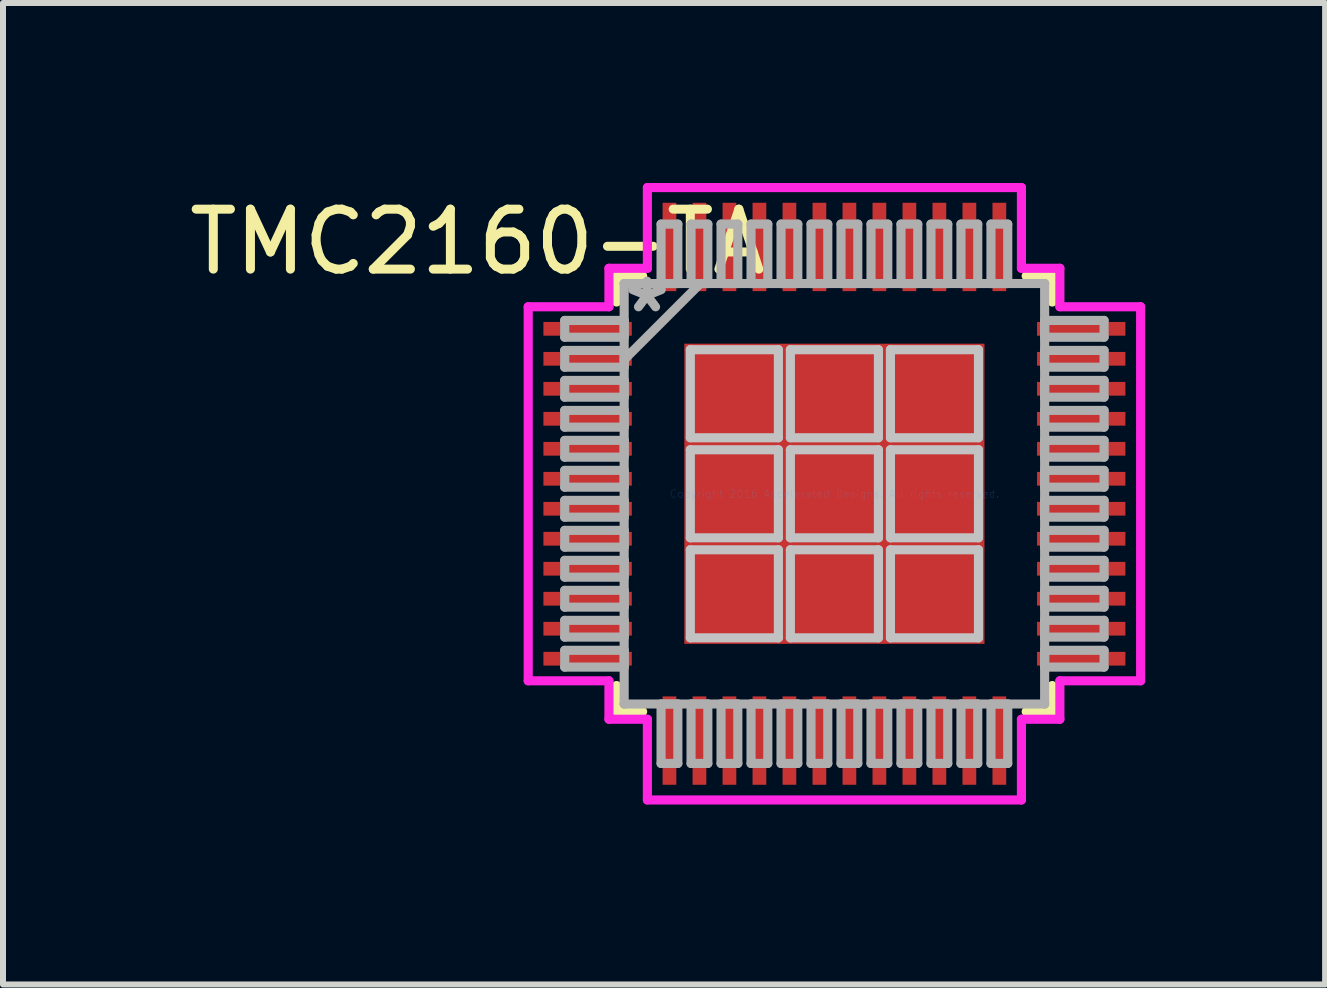
<source format=kicad_pcb>
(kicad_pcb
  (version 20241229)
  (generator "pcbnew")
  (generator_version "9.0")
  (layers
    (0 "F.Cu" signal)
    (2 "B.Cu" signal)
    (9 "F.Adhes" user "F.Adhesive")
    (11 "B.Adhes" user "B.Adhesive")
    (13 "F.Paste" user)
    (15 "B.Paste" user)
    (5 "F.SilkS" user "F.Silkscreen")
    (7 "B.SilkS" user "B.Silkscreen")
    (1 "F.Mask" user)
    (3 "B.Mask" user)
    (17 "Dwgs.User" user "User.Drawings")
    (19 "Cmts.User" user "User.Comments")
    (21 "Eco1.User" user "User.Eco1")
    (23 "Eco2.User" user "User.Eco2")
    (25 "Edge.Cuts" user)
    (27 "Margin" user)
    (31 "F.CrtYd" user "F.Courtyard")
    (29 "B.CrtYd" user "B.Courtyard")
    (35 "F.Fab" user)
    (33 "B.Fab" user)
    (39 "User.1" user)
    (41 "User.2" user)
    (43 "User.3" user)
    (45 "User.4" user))
  (footprint "TMC2160-TA"
    (layer "F.Cu")
    (at 10.861 5.182)
    (property "Reference" "TMC2160-TA" (at -5.95 -4.2 0) (layer "F.SilkS") (effects (font (size 1 1) (thickness 0.15))))
    (attr through_hole)
    (fp_line (start -3.632 -3.632) (end -3.632 -3.197) (stroke (width 0.152) (type solid)) (layer "F.SilkS"))
    (fp_line (start -3.632 3.197) (end -3.632 3.632) (stroke (width 0.152) (type solid)) (layer "F.SilkS"))
    (fp_line (start -3.632 3.632) (end -3.197 3.632) (stroke (width 0.152) (type solid)) (layer "F.SilkS"))
    (fp_line (start -3.197 -3.632) (end -3.632 -3.632) (stroke (width 0.152) (type solid)) (layer "F.SilkS"))
    (fp_line (start 3.197 3.632) (end 3.632 3.632) (stroke (width 0.152) (type solid)) (layer "F.SilkS"))
    (fp_line (start 3.632 -3.632) (end 3.197 -3.632) (stroke (width 0.152) (type solid)) (layer "F.SilkS"))
    (fp_line (start 3.632 -3.197) (end 3.632 -3.632) (stroke (width 0.152) (type solid)) (layer "F.SilkS"))
    (fp_line (start 3.632 3.632) (end 3.632 3.197) (stroke (width 0.152) (type solid)) (layer "F.SilkS"))
    (fp_line (start -2.402 -2.402) (end -2.402 -0.934) (stroke (width 0.152) (type solid)) (layer "Dwgs.User"))
    (fp_line (start -2.402 -0.934) (end -0.934 -0.934) (stroke (width 0.152) (type solid)) (layer "Dwgs.User"))
    (fp_line (start -2.402 -0.734) (end -2.402 0.734) (stroke (width 0.152) (type solid)) (layer "Dwgs.User"))
    (fp_line (start -2.402 0.734) (end -0.934 0.734) (stroke (width 0.152) (type solid)) (layer "Dwgs.User"))
    (fp_line (start -2.402 0.934) (end -2.402 2.402) (stroke (width 0.152) (type solid)) (layer "Dwgs.User"))
    (fp_line (start -2.402 2.402) (end -0.934 2.402) (stroke (width 0.152) (type solid)) (layer "Dwgs.User"))
    (fp_line (start -0.934 -2.402) (end -2.402 -2.402) (stroke (width 0.152) (type solid)) (layer "Dwgs.User"))
    (fp_line (start -0.934 -0.934) (end -0.934 -2.402) (stroke (width 0.152) (type solid)) (layer "Dwgs.User"))
    (fp_line (start -0.934 -0.734) (end -2.402 -0.734) (stroke (width 0.152) (type solid)) (layer "Dwgs.User"))
    (fp_line (start -0.934 0.734) (end -0.934 -0.734) (stroke (width 0.152) (type solid)) (layer "Dwgs.User"))
    (fp_line (start -0.934 0.934) (end -2.402 0.934) (stroke (width 0.152) (type solid)) (layer "Dwgs.User"))
    (fp_line (start -0.934 2.402) (end -0.934 0.934) (stroke (width 0.152) (type solid)) (layer "Dwgs.User"))
    (fp_line (start -0.734 -2.402) (end -0.734 -0.934) (stroke (width 0.152) (type solid)) (layer "Dwgs.User"))
    (fp_line (start -0.734 -0.934) (end 0.734 -0.934) (stroke (width 0.152) (type solid)) (layer "Dwgs.User"))
    (fp_line (start -0.734 -0.734) (end -0.734 0.734) (stroke (width 0.152) (type solid)) (layer "Dwgs.User"))
    (fp_line (start -0.734 0.734) (end 0.734 0.734) (stroke (width 0.152) (type solid)) (layer "Dwgs.User"))
    (fp_line (start -0.734 0.934) (end -0.734 2.402) (stroke (width 0.152) (type solid)) (layer "Dwgs.User"))
    (fp_line (start -0.734 2.402) (end 0.734 2.402) (stroke (width 0.152) (type solid)) (layer "Dwgs.User"))
    (fp_line (start 0.734 -2.402) (end -0.734 -2.402) (stroke (width 0.152) (type solid)) (layer "Dwgs.User"))
    (fp_line (start 0.734 -0.934) (end 0.734 -2.402) (stroke (width 0.152) (type solid)) (layer "Dwgs.User"))
    (fp_line (start 0.734 -0.734) (end -0.734 -0.734) (stroke (width 0.152) (type solid)) (layer "Dwgs.User"))
    (fp_line (start 0.734 0.734) (end 0.734 -0.734) (stroke (width 0.152) (type solid)) (layer "Dwgs.User"))
    (fp_line (start 0.734 0.934) (end -0.734 0.934) (stroke (width 0.152) (type solid)) (layer "Dwgs.User"))
    (fp_line (start 0.734 2.402) (end 0.734 0.934) (stroke (width 0.152) (type solid)) (layer "Dwgs.User"))
    (fp_line (start 0.934 -2.402) (end 0.934 -0.934) (stroke (width 0.152) (type solid)) (layer "Dwgs.User"))
    (fp_line (start 0.934 -0.934) (end 2.402 -0.934) (stroke (width 0.152) (type solid)) (layer "Dwgs.User"))
    (fp_line (start 0.934 -0.734) (end 0.934 0.734) (stroke (width 0.152) (type solid)) (layer "Dwgs.User"))
    (fp_line (start 0.934 0.734) (end 2.402 0.734) (stroke (width 0.152) (type solid)) (layer "Dwgs.User"))
    (fp_line (start 0.934 0.934) (end 0.934 2.402) (stroke (width 0.152) (type solid)) (layer "Dwgs.User"))
    (fp_line (start 0.934 2.402) (end 2.402 2.402) (stroke (width 0.152) (type solid)) (layer "Dwgs.User"))
    (fp_line (start 2.402 -2.402) (end 0.934 -2.402) (stroke (width 0.152) (type solid)) (layer "Dwgs.User"))
    (fp_line (start 2.402 -0.934) (end 2.402 -2.402) (stroke (width 0.152) (type solid)) (layer "Dwgs.User"))
    (fp_line (start 2.402 -0.734) (end 0.934 -0.734) (stroke (width 0.152) (type solid)) (layer "Dwgs.User"))
    (fp_line (start 2.402 0.734) (end 2.402 -0.734) (stroke (width 0.152) (type solid)) (layer "Dwgs.User"))
    (fp_line (start 2.402 0.934) (end 0.934 0.934) (stroke (width 0.152) (type solid)) (layer "Dwgs.User"))
    (fp_line (start 2.402 2.402) (end 2.402 0.934) (stroke (width 0.152) (type solid)) (layer "Dwgs.User"))
    (fp_line (start -5.105 -3.118) (end -3.759 -3.118) (stroke (width 0.152) (type solid)) (layer "F.CrtYd"))
    (fp_line (start -5.105 3.118) (end -5.105 -3.118) (stroke (width 0.152) (type solid)) (layer "F.CrtYd"))
    (fp_line (start -3.759 -3.759) (end -3.118 -3.759) (stroke (width 0.152) (type solid)) (layer "F.CrtYd"))
    (fp_line (start -3.759 -3.118) (end -3.759 -3.759) (stroke (width 0.152) (type solid)) (layer "F.CrtYd"))
    (fp_line (start -3.759 3.118) (end -5.105 3.118) (stroke (width 0.152) (type solid)) (layer "F.CrtYd"))
    (fp_line (start -3.759 3.759) (end -3.759 3.118) (stroke (width 0.152) (type solid)) (layer "F.CrtYd"))
    (fp_line (start -3.118 -5.105) (end 3.118 -5.105) (stroke (width 0.152) (type solid)) (layer "F.CrtYd"))
    (fp_line (start -3.118 -3.759) (end -3.118 -5.105) (stroke (width 0.152) (type solid)) (layer "F.CrtYd"))
    (fp_line (start -3.118 3.759) (end -3.759 3.759) (stroke (width 0.152) (type solid)) (layer "F.CrtYd"))
    (fp_line (start -3.118 5.105) (end -3.118 3.759) (stroke (width 0.152) (type solid)) (layer "F.CrtYd"))
    (fp_line (start 3.118 -5.105) (end 3.118 -3.759) (stroke (width 0.152) (type solid)) (layer "F.CrtYd"))
    (fp_line (start 3.118 -3.759) (end 3.759 -3.759) (stroke (width 0.152) (type solid)) (layer "F.CrtYd"))
    (fp_line (start 3.118 3.759) (end 3.118 5.105) (stroke (width 0.152) (type solid)) (layer "F.CrtYd"))
    (fp_line (start 3.118 5.105) (end -3.118 5.105) (stroke (width 0.152) (type solid)) (layer "F.CrtYd"))
    (fp_line (start 3.759 -3.759) (end 3.759 -3.118) (stroke (width 0.152) (type solid)) (layer "F.CrtYd"))
    (fp_line (start 3.759 -3.118) (end 5.105 -3.118) (stroke (width 0.152) (type solid)) (layer "F.CrtYd"))
    (fp_line (start 3.759 3.118) (end 3.759 3.759) (stroke (width 0.152) (type solid)) (layer "F.CrtYd"))
    (fp_line (start 3.759 3.759) (end 3.118 3.759) (stroke (width 0.152) (type solid)) (layer "F.CrtYd"))
    (fp_line (start 5.105 -3.118) (end 5.105 3.118) (stroke (width 0.152) (type solid)) (layer "F.CrtYd"))
    (fp_line (start 5.105 3.118) (end 3.759 3.118) (stroke (width 0.152) (type solid)) (layer "F.CrtYd"))
    (fp_line (start -4.496 -2.89) (end -4.496 -2.61) (stroke (width 0.152) (type solid)) (layer "F.Fab"))
    (fp_line (start -4.496 -2.61) (end -3.505 -2.61) (stroke (width 0.152) (type solid)) (layer "F.Fab"))
    (fp_line (start -4.496 -2.39) (end -4.496 -2.11) (stroke (width 0.152) (type solid)) (layer "F.Fab"))
    (fp_line (start -4.496 -2.11) (end -3.505 -2.11) (stroke (width 0.152) (type solid)) (layer "F.Fab"))
    (fp_line (start -4.496 -1.89) (end -4.496 -1.61) (stroke (width 0.152) (type solid)) (layer "F.Fab"))
    (fp_line (start -4.496 -1.61) (end -3.505 -1.61) (stroke (width 0.152) (type solid)) (layer "F.Fab"))
    (fp_line (start -4.496 -1.39) (end -4.496 -1.11) (stroke (width 0.152) (type solid)) (layer "F.Fab"))
    (fp_line (start -4.496 -1.11) (end -3.505 -1.11) (stroke (width 0.152) (type solid)) (layer "F.Fab"))
    (fp_line (start -4.496 -0.89) (end -4.496 -0.61) (stroke (width 0.152) (type solid)) (layer "F.Fab"))
    (fp_line (start -4.496 -0.61) (end -3.505 -0.61) (stroke (width 0.152) (type solid)) (layer "F.Fab"))
    (fp_line (start -4.496 -0.39) (end -4.496 -0.11) (stroke (width 0.152) (type solid)) (layer "F.Fab"))
    (fp_line (start -4.496 -0.11) (end -3.505 -0.11) (stroke (width 0.152) (type solid)) (layer "F.Fab"))
    (fp_line (start -4.496 0.11) (end -4.496 0.39) (stroke (width 0.152) (type solid)) (layer "F.Fab"))
    (fp_line (start -4.496 0.39) (end -3.505 0.39) (stroke (width 0.152) (type solid)) (layer "F.Fab"))
    (fp_line (start -4.496 0.61) (end -4.496 0.89) (stroke (width 0.152) (type solid)) (layer "F.Fab"))
    (fp_line (start -4.496 0.89) (end -3.505 0.89) (stroke (width 0.152) (type solid)) (layer "F.Fab"))
    (fp_line (start -4.496 1.11) (end -4.496 1.39) (stroke (width 0.152) (type solid)) (layer "F.Fab"))
    (fp_line (start -4.496 1.39) (end -3.505 1.39) (stroke (width 0.152) (type solid)) (layer "F.Fab"))
    (fp_line (start -4.496 1.61) (end -4.496 1.89) (stroke (width 0.152) (type solid)) (layer "F.Fab"))
    (fp_line (start -4.496 1.89) (end -3.505 1.89) (stroke (width 0.152) (type solid)) (layer "F.Fab"))
    (fp_line (start -4.496 2.11) (end -4.496 2.39) (stroke (width 0.152) (type solid)) (layer "F.Fab"))
    (fp_line (start -4.496 2.39) (end -3.505 2.39) (stroke (width 0.152) (type solid)) (layer "F.Fab"))
    (fp_line (start -4.496 2.61) (end -4.496 2.89) (stroke (width 0.152) (type solid)) (layer "F.Fab"))
    (fp_line (start -4.496 2.89) (end -3.505 2.89) (stroke (width 0.152) (type solid)) (layer "F.Fab"))
    (fp_line (start -3.505 -3.505) (end -3.505 -3.505) (stroke (width 0.152) (type solid)) (layer "F.Fab"))
    (fp_line (start -3.505 -3.505) (end -3.505 3.505) (stroke (width 0.152) (type solid)) (layer "F.Fab"))
    (fp_line (start -3.505 -2.89) (end -4.496 -2.89) (stroke (width 0.152) (type solid)) (layer "F.Fab"))
    (fp_line (start -3.505 -2.61) (end -3.505 -2.89) (stroke (width 0.152) (type solid)) (layer "F.Fab"))
    (fp_line (start -3.505 -2.39) (end -4.496 -2.39) (stroke (width 0.152) (type solid)) (layer "F.Fab"))
    (fp_line (start -3.505 -2.235) (end -2.235 -3.505) (stroke (width 0.152) (type solid)) (layer "F.Fab"))
    (fp_line (start -3.505 -2.11) (end -3.505 -2.39) (stroke (width 0.152) (type solid)) (layer "F.Fab"))
    (fp_line (start -3.505 -1.89) (end -4.496 -1.89) (stroke (width 0.152) (type solid)) (layer "F.Fab"))
    (fp_line (start -3.505 -1.61) (end -3.505 -1.89) (stroke (width 0.152) (type solid)) (layer "F.Fab"))
    (fp_line (start -3.505 -1.39) (end -4.496 -1.39) (stroke (width 0.152) (type solid)) (layer "F.Fab"))
    (fp_line (start -3.505 -1.11) (end -3.505 -1.39) (stroke (width 0.152) (type solid)) (layer "F.Fab"))
    (fp_line (start -3.505 -0.89) (end -4.496 -0.89) (stroke (width 0.152) (type solid)) (layer "F.Fab"))
    (fp_line (start -3.505 -0.61) (end -3.505 -0.89) (stroke (width 0.152) (type solid)) (layer "F.Fab"))
    (fp_line (start -3.505 -0.39) (end -4.496 -0.39) (stroke (width 0.152) (type solid)) (layer "F.Fab"))
    (fp_line (start -3.505 -0.11) (end -3.505 -0.39) (stroke (width 0.152) (type solid)) (layer "F.Fab"))
    (fp_line (start -3.505 0.11) (end -4.496 0.11) (stroke (width 0.152) (type solid)) (layer "F.Fab"))
    (fp_line (start -3.505 0.39) (end -3.505 0.11) (stroke (width 0.152) (type solid)) (layer "F.Fab"))
    (fp_line (start -3.505 0.61) (end -4.496 0.61) (stroke (width 0.152) (type solid)) (layer "F.Fab"))
    (fp_line (start -3.505 0.89) (end -3.505 0.61) (stroke (width 0.152) (type solid)) (layer "F.Fab"))
    (fp_line (start -3.505 1.11) (end -4.496 1.11) (stroke (width 0.152) (type solid)) (layer "F.Fab"))
    (fp_line (start -3.505 1.39) (end -3.505 1.11) (stroke (width 0.152) (type solid)) (layer "F.Fab"))
    (fp_line (start -3.505 1.61) (end -4.496 1.61) (stroke (width 0.152) (type solid)) (layer "F.Fab"))
    (fp_line (start -3.505 1.89) (end -3.505 1.61) (stroke (width 0.152) (type solid)) (layer "F.Fab"))
    (fp_line (start -3.505 2.11) (end -4.496 2.11) (stroke (width 0.152) (type solid)) (layer "F.Fab"))
    (fp_line (start -3.505 2.39) (end -3.505 2.11) (stroke (width 0.152) (type solid)) (layer "F.Fab"))
    (fp_line (start -3.505 2.61) (end -4.496 2.61) (stroke (width 0.152) (type solid)) (layer "F.Fab"))
    (fp_line (start -3.505 2.89) (end -3.505 2.61) (stroke (width 0.152) (type solid)) (layer "F.Fab"))
    (fp_line (start -3.505 3.505) (end -3.505 3.505) (stroke (width 0.152) (type solid)) (layer "F.Fab"))
    (fp_line (start -3.505 3.505) (end 3.505 3.505) (stroke (width 0.152) (type solid)) (layer "F.Fab"))
    (fp_line (start -2.89 -4.496) (end -2.89 -3.505) (stroke (width 0.152) (type solid)) (layer "F.Fab"))
    (fp_line (start -2.89 -3.505) (end -2.61 -3.505) (stroke (width 0.152) (type solid)) (layer "F.Fab"))
    (fp_line (start -2.89 3.505) (end -2.89 4.496) (stroke (width 0.152) (type solid)) (layer "F.Fab"))
    (fp_line (start -2.89 4.496) (end -2.61 4.496) (stroke (width 0.152) (type solid)) (layer "F.Fab"))
    (fp_line (start -2.61 -4.496) (end -2.89 -4.496) (stroke (width 0.152) (type solid)) (layer "F.Fab"))
    (fp_line (start -2.61 -3.505) (end -2.61 -4.496) (stroke (width 0.152) (type solid)) (layer "F.Fab"))
    (fp_line (start -2.61 3.505) (end -2.89 3.505) (stroke (width 0.152) (type solid)) (layer "F.Fab"))
    (fp_line (start -2.61 4.496) (end -2.61 3.505) (stroke (width 0.152) (type solid)) (layer "F.Fab"))
    (fp_line (start -2.39 -4.496) (end -2.39 -3.505) (stroke (width 0.152) (type solid)) (layer "F.Fab"))
    (fp_line (start -2.39 -3.505) (end -2.11 -3.505) (stroke (width 0.152) (type solid)) (layer "F.Fab"))
    (fp_line (start -2.39 3.505) (end -2.39 4.496) (stroke (width 0.152) (type solid)) (layer "F.Fab"))
    (fp_line (start -2.39 4.496) (end -2.11 4.496) (stroke (width 0.152) (type solid)) (layer "F.Fab"))
    (fp_line (start -2.11 -4.496) (end -2.39 -4.496) (stroke (width 0.152) (type solid)) (layer "F.Fab"))
    (fp_line (start -2.11 -3.505) (end -2.11 -4.496) (stroke (width 0.152) (type solid)) (layer "F.Fab"))
    (fp_line (start -2.11 3.505) (end -2.39 3.505) (stroke (width 0.152) (type solid)) (layer "F.Fab"))
    (fp_line (start -2.11 4.496) (end -2.11 3.505) (stroke (width 0.152) (type solid)) (layer "F.Fab"))
    (fp_line (start -1.89 -4.496) (end -1.89 -3.505) (stroke (width 0.152) (type solid)) (layer "F.Fab"))
    (fp_line (start -1.89 -3.505) (end -1.61 -3.505) (stroke (width 0.152) (type solid)) (layer "F.Fab"))
    (fp_line (start -1.89 3.505) (end -1.89 4.496) (stroke (width 0.152) (type solid)) (layer "F.Fab"))
    (fp_line (start -1.89 4.496) (end -1.61 4.496) (stroke (width 0.152) (type solid)) (layer "F.Fab"))
    (fp_line (start -1.61 -4.496) (end -1.89 -4.496) (stroke (width 0.152) (type solid)) (layer "F.Fab"))
    (fp_line (start -1.61 -3.505) (end -1.61 -4.496) (stroke (width 0.152) (type solid)) (layer "F.Fab"))
    (fp_line (start -1.61 3.505) (end -1.89 3.505) (stroke (width 0.152) (type solid)) (layer "F.Fab"))
    (fp_line (start -1.61 4.496) (end -1.61 3.505) (stroke (width 0.152) (type solid)) (layer "F.Fab"))
    (fp_line (start -1.39 -4.496) (end -1.39 -3.505) (stroke (width 0.152) (type solid)) (layer "F.Fab"))
    (fp_line (start -1.39 -3.505) (end -1.11 -3.505) (stroke (width 0.152) (type solid)) (layer "F.Fab"))
    (fp_line (start -1.39 3.505) (end -1.39 4.496) (stroke (width 0.152) (type solid)) (layer "F.Fab"))
    (fp_line (start -1.39 4.496) (end -1.11 4.496) (stroke (width 0.152) (type solid)) (layer "F.Fab"))
    (fp_line (start -1.11 -4.496) (end -1.39 -4.496) (stroke (width 0.152) (type solid)) (layer "F.Fab"))
    (fp_line (start -1.11 -3.505) (end -1.11 -4.496) (stroke (width 0.152) (type solid)) (layer "F.Fab"))
    (fp_line (start -1.11 3.505) (end -1.39 3.505) (stroke (width 0.152) (type solid)) (layer "F.Fab"))
    (fp_line (start -1.11 4.496) (end -1.11 3.505) (stroke (width 0.152) (type solid)) (layer "F.Fab"))
    (fp_line (start -0.89 -4.496) (end -0.89 -3.505) (stroke (width 0.152) (type solid)) (layer "F.Fab"))
    (fp_line (start -0.89 -3.505) (end -0.61 -3.505) (stroke (width 0.152) (type solid)) (layer "F.Fab"))
    (fp_line (start -0.89 3.505) (end -0.89 4.496) (stroke (width 0.152) (type solid)) (layer "F.Fab"))
    (fp_line (start -0.89 4.496) (end -0.61 4.496) (stroke (width 0.152) (type solid)) (layer "F.Fab"))
    (fp_line (start -0.61 -4.496) (end -0.89 -4.496) (stroke (width 0.152) (type solid)) (layer "F.Fab"))
    (fp_line (start -0.61 -3.505) (end -0.61 -4.496) (stroke (width 0.152) (type solid)) (layer "F.Fab"))
    (fp_line (start -0.61 3.505) (end -0.89 3.505) (stroke (width 0.152) (type solid)) (layer "F.Fab"))
    (fp_line (start -0.61 4.496) (end -0.61 3.505) (stroke (width 0.152) (type solid)) (layer "F.Fab"))
    (fp_line (start -0.39 -4.496) (end -0.39 -3.505) (stroke (width 0.152) (type solid)) (layer "F.Fab"))
    (fp_line (start -0.39 -3.505) (end -0.11 -3.505) (stroke (width 0.152) (type solid)) (layer "F.Fab"))
    (fp_line (start -0.39 3.505) (end -0.39 4.496) (stroke (width 0.152) (type solid)) (layer "F.Fab"))
    (fp_line (start -0.39 4.496) (end -0.11 4.496) (stroke (width 0.152) (type solid)) (layer "F.Fab"))
    (fp_line (start -0.11 -4.496) (end -0.39 -4.496) (stroke (width 0.152) (type solid)) (layer "F.Fab"))
    (fp_line (start -0.11 -3.505) (end -0.11 -4.496) (stroke (width 0.152) (type solid)) (layer "F.Fab"))
    (fp_line (start -0.11 3.505) (end -0.39 3.505) (stroke (width 0.152) (type solid)) (layer "F.Fab"))
    (fp_line (start -0.11 4.496) (end -0.11 3.505) (stroke (width 0.152) (type solid)) (layer "F.Fab"))
    (fp_line (start 0.11 -4.496) (end 0.11 -3.505) (stroke (width 0.152) (type solid)) (layer "F.Fab"))
    (fp_line (start 0.11 -3.505) (end 0.39 -3.505) (stroke (width 0.152) (type solid)) (layer "F.Fab"))
    (fp_line (start 0.11 3.505) (end 0.11 4.496) (stroke (width 0.152) (type solid)) (layer "F.Fab"))
    (fp_line (start 0.11 4.496) (end 0.39 4.496) (stroke (width 0.152) (type solid)) (layer "F.Fab"))
    (fp_line (start 0.39 -4.496) (end 0.11 -4.496) (stroke (width 0.152) (type solid)) (layer "F.Fab"))
    (fp_line (start 0.39 -3.505) (end 0.39 -4.496) (stroke (width 0.152) (type solid)) (layer "F.Fab"))
    (fp_line (start 0.39 3.505) (end 0.11 3.505) (stroke (width 0.152) (type solid)) (layer "F.Fab"))
    (fp_line (start 0.39 4.496) (end 0.39 3.505) (stroke (width 0.152) (type solid)) (layer "F.Fab"))
    (fp_line (start 0.61 -4.496) (end 0.61 -3.505) (stroke (width 0.152) (type solid)) (layer "F.Fab"))
    (fp_line (start 0.61 -3.505) (end 0.89 -3.505) (stroke (width 0.152) (type solid)) (layer "F.Fab"))
    (fp_line (start 0.61 3.505) (end 0.61 4.496) (stroke (width 0.152) (type solid)) (layer "F.Fab"))
    (fp_line (start 0.61 4.496) (end 0.89 4.496) (stroke (width 0.152) (type solid)) (layer "F.Fab"))
    (fp_line (start 0.89 -4.496) (end 0.61 -4.496) (stroke (width 0.152) (type solid)) (layer "F.Fab"))
    (fp_line (start 0.89 -3.505) (end 0.89 -4.496) (stroke (width 0.152) (type solid)) (layer "F.Fab"))
    (fp_line (start 0.89 3.505) (end 0.61 3.505) (stroke (width 0.152) (type solid)) (layer "F.Fab"))
    (fp_line (start 0.89 4.496) (end 0.89 3.505) (stroke (width 0.152) (type solid)) (layer "F.Fab"))
    (fp_line (start 1.11 -4.496) (end 1.11 -3.505) (stroke (width 0.152) (type solid)) (layer "F.Fab"))
    (fp_line (start 1.11 -3.505) (end 1.39 -3.505) (stroke (width 0.152) (type solid)) (layer "F.Fab"))
    (fp_line (start 1.11 3.505) (end 1.11 4.496) (stroke (width 0.152) (type solid)) (layer "F.Fab"))
    (fp_line (start 1.11 4.496) (end 1.39 4.496) (stroke (width 0.152) (type solid)) (layer "F.Fab"))
    (fp_line (start 1.39 -4.496) (end 1.11 -4.496) (stroke (width 0.152) (type solid)) (layer "F.Fab"))
    (fp_line (start 1.39 -3.505) (end 1.39 -4.496) (stroke (width 0.152) (type solid)) (layer "F.Fab"))
    (fp_line (start 1.39 3.505) (end 1.11 3.505) (stroke (width 0.152) (type solid)) (layer "F.Fab"))
    (fp_line (start 1.39 4.496) (end 1.39 3.505) (stroke (width 0.152) (type solid)) (layer "F.Fab"))
    (fp_line (start 1.61 -4.496) (end 1.61 -3.505) (stroke (width 0.152) (type solid)) (layer "F.Fab"))
    (fp_line (start 1.61 -3.505) (end 1.89 -3.505) (stroke (width 0.152) (type solid)) (layer "F.Fab"))
    (fp_line (start 1.61 3.505) (end 1.61 4.496) (stroke (width 0.152) (type solid)) (layer "F.Fab"))
    (fp_line (start 1.61 4.496) (end 1.89 4.496) (stroke (width 0.152) (type solid)) (layer "F.Fab"))
    (fp_line (start 1.89 -4.496) (end 1.61 -4.496) (stroke (width 0.152) (type solid)) (layer "F.Fab"))
    (fp_line (start 1.89 -3.505) (end 1.89 -4.496) (stroke (width 0.152) (type solid)) (layer "F.Fab"))
    (fp_line (start 1.89 3.505) (end 1.61 3.505) (stroke (width 0.152) (type solid)) (layer "F.Fab"))
    (fp_line (start 1.89 4.496) (end 1.89 3.505) (stroke (width 0.152) (type solid)) (layer "F.Fab"))
    (fp_line (start 2.11 -4.496) (end 2.11 -3.505) (stroke (width 0.152) (type solid)) (layer "F.Fab"))
    (fp_line (start 2.11 -3.505) (end 2.39 -3.505) (stroke (width 0.152) (type solid)) (layer "F.Fab"))
    (fp_line (start 2.11 3.505) (end 2.11 4.496) (stroke (width 0.152) (type solid)) (layer "F.Fab"))
    (fp_line (start 2.11 4.496) (end 2.39 4.496) (stroke (width 0.152) (type solid)) (layer "F.Fab"))
    (fp_line (start 2.39 -4.496) (end 2.11 -4.496) (stroke (width 0.152) (type solid)) (layer "F.Fab"))
    (fp_line (start 2.39 -3.505) (end 2.39 -4.496) (stroke (width 0.152) (type solid)) (layer "F.Fab"))
    (fp_line (start 2.39 3.505) (end 2.11 3.505) (stroke (width 0.152) (type solid)) (layer "F.Fab"))
    (fp_line (start 2.39 4.496) (end 2.39 3.505) (stroke (width 0.152) (type solid)) (layer "F.Fab"))
    (fp_line (start 2.61 -4.496) (end 2.61 -3.505) (stroke (width 0.152) (type solid)) (layer "F.Fab"))
    (fp_line (start 2.61 -3.505) (end 2.89 -3.505) (stroke (width 0.152) (type solid)) (layer "F.Fab"))
    (fp_line (start 2.61 3.505) (end 2.61 4.496) (stroke (width 0.152) (type solid)) (layer "F.Fab"))
    (fp_line (start 2.61 4.496) (end 2.89 4.496) (stroke (width 0.152) (type solid)) (layer "F.Fab"))
    (fp_line (start 2.89 -4.496) (end 2.61 -4.496) (stroke (width 0.152) (type solid)) (layer "F.Fab"))
    (fp_line (start 2.89 -3.505) (end 2.89 -4.496) (stroke (width 0.152) (type solid)) (layer "F.Fab"))
    (fp_line (start 2.89 3.505) (end 2.61 3.505) (stroke (width 0.152) (type solid)) (layer "F.Fab"))
    (fp_line (start 2.89 4.496) (end 2.89 3.505) (stroke (width 0.152) (type solid)) (layer "F.Fab"))
    (fp_line (start 3.505 -3.505) (end -3.505 -3.505) (stroke (width 0.152) (type solid)) (layer "F.Fab"))
    (fp_line (start 3.505 -3.505) (end 3.505 -3.505) (stroke (width 0.152) (type solid)) (layer "F.Fab"))
    (fp_line (start 3.505 -2.89) (end 3.505 -2.61) (stroke (width 0.152) (type solid)) (layer "F.Fab"))
    (fp_line (start 3.505 -2.61) (end 4.496 -2.61) (stroke (width 0.152) (type solid)) (layer "F.Fab"))
    (fp_line (start 3.505 -2.39) (end 3.505 -2.11) (stroke (width 0.152) (type solid)) (layer "F.Fab"))
    (fp_line (start 3.505 -2.11) (end 4.496 -2.11) (stroke (width 0.152) (type solid)) (layer "F.Fab"))
    (fp_line (start 3.505 -1.89) (end 3.505 -1.61) (stroke (width 0.152) (type solid)) (layer "F.Fab"))
    (fp_line (start 3.505 -1.61) (end 4.496 -1.61) (stroke (width 0.152) (type solid)) (layer "F.Fab"))
    (fp_line (start 3.505 -1.39) (end 3.505 -1.11) (stroke (width 0.152) (type solid)) (layer "F.Fab"))
    (fp_line (start 3.505 -1.11) (end 4.496 -1.11) (stroke (width 0.152) (type solid)) (layer "F.Fab"))
    (fp_line (start 3.505 -0.89) (end 3.505 -0.61) (stroke (width 0.152) (type solid)) (layer "F.Fab"))
    (fp_line (start 3.505 -0.61) (end 4.496 -0.61) (stroke (width 0.152) (type solid)) (layer "F.Fab"))
    (fp_line (start 3.505 -0.39) (end 3.505 -0.11) (stroke (width 0.152) (type solid)) (layer "F.Fab"))
    (fp_line (start 3.505 -0.11) (end 4.496 -0.11) (stroke (width 0.152) (type solid)) (layer "F.Fab"))
    (fp_line (start 3.505 0.11) (end 3.505 0.39) (stroke (width 0.152) (type solid)) (layer "F.Fab"))
    (fp_line (start 3.505 0.39) (end 4.496 0.39) (stroke (width 0.152) (type solid)) (layer "F.Fab"))
    (fp_line (start 3.505 0.61) (end 3.505 0.89) (stroke (width 0.152) (type solid)) (layer "F.Fab"))
    (fp_line (start 3.505 0.89) (end 4.496 0.89) (stroke (width 0.152) (type solid)) (layer "F.Fab"))
    (fp_line (start 3.505 1.11) (end 3.505 1.39) (stroke (width 0.152) (type solid)) (layer "F.Fab"))
    (fp_line (start 3.505 1.39) (end 4.496 1.39) (stroke (width 0.152) (type solid)) (layer "F.Fab"))
    (fp_line (start 3.505 1.61) (end 3.505 1.89) (stroke (width 0.152) (type solid)) (layer "F.Fab"))
    (fp_line (start 3.505 1.89) (end 4.496 1.89) (stroke (width 0.152) (type solid)) (layer "F.Fab"))
    (fp_line (start 3.505 2.11) (end 3.505 2.39) (stroke (width 0.152) (type solid)) (layer "F.Fab"))
    (fp_line (start 3.505 2.39) (end 4.496 2.39) (stroke (width 0.152) (type solid)) (layer "F.Fab"))
    (fp_line (start 3.505 2.61) (end 3.505 2.89) (stroke (width 0.152) (type solid)) (layer "F.Fab"))
    (fp_line (start 3.505 2.89) (end 4.496 2.89) (stroke (width 0.152) (type solid)) (layer "F.Fab"))
    (fp_line (start 3.505 3.505) (end 3.505 -3.505) (stroke (width 0.152) (type solid)) (layer "F.Fab"))
    (fp_line (start 3.505 3.505) (end 3.505 3.505) (stroke (width 0.152) (type solid)) (layer "F.Fab"))
    (fp_line (start 4.496 -2.89) (end 3.505 -2.89) (stroke (width 0.152) (type solid)) (layer "F.Fab"))
    (fp_line (start 4.496 -2.61) (end 4.496 -2.89) (stroke (width 0.152) (type solid)) (layer "F.Fab"))
    (fp_line (start 4.496 -2.39) (end 3.505 -2.39) (stroke (width 0.152) (type solid)) (layer "F.Fab"))
    (fp_line (start 4.496 -2.11) (end 4.496 -2.39) (stroke (width 0.152) (type solid)) (layer "F.Fab"))
    (fp_line (start 4.496 -1.89) (end 3.505 -1.89) (stroke (width 0.152) (type solid)) (layer "F.Fab"))
    (fp_line (start 4.496 -1.61) (end 4.496 -1.89) (stroke (width 0.152) (type solid)) (layer "F.Fab"))
    (fp_line (start 4.496 -1.39) (end 3.505 -1.39) (stroke (width 0.152) (type solid)) (layer "F.Fab"))
    (fp_line (start 4.496 -1.11) (end 4.496 -1.39) (stroke (width 0.152) (type solid)) (layer "F.Fab"))
    (fp_line (start 4.496 -0.89) (end 3.505 -0.89) (stroke (width 0.152) (type solid)) (layer "F.Fab"))
    (fp_line (start 4.496 -0.61) (end 4.496 -0.89) (stroke (width 0.152) (type solid)) (layer "F.Fab"))
    (fp_line (start 4.496 -0.39) (end 3.505 -0.39) (stroke (width 0.152) (type solid)) (layer "F.Fab"))
    (fp_line (start 4.496 -0.11) (end 4.496 -0.39) (stroke (width 0.152) (type solid)) (layer "F.Fab"))
    (fp_line (start 4.496 0.11) (end 3.505 0.11) (stroke (width 0.152) (type solid)) (layer "F.Fab"))
    (fp_line (start 4.496 0.39) (end 4.496 0.11) (stroke (width 0.152) (type solid)) (layer "F.Fab"))
    (fp_line (start 4.496 0.61) (end 3.505 0.61) (stroke (width 0.152) (type solid)) (layer "F.Fab"))
    (fp_line (start 4.496 0.89) (end 4.496 0.61) (stroke (width 0.152) (type solid)) (layer "F.Fab"))
    (fp_line (start 4.496 1.11) (end 3.505 1.11) (stroke (width 0.152) (type solid)) (layer "F.Fab"))
    (fp_line (start 4.496 1.39) (end 4.496 1.11) (stroke (width 0.152) (type solid)) (layer "F.Fab"))
    (fp_line (start 4.496 1.61) (end 3.505 1.61) (stroke (width 0.152) (type solid)) (layer "F.Fab"))
    (fp_line (start 4.496 1.89) (end 4.496 1.61) (stroke (width 0.152) (type solid)) (layer "F.Fab"))
    (fp_line (start 4.496 2.11) (end 3.505 2.11) (stroke (width 0.152) (type solid)) (layer "F.Fab"))
    (fp_line (start 4.496 2.39) (end 4.496 2.11) (stroke (width 0.152) (type solid)) (layer "F.Fab"))
    (fp_line (start 4.496 2.61) (end 3.505 2.61) (stroke (width 0.152) (type solid)) (layer "F.Fab"))
    (fp_line (start 4.496 2.89) (end 4.496 2.61) (stroke (width 0.152) (type solid)) (layer "F.Fab"))
    (fp_text user "Copyright 2016 Accelerated Designs. All rights reserved." (at 0 0 0) (layer "Cmts.User") (effects (font (size 0.127 0.127) (thickness 0.002))))
    (fp_text user "*" (at -3.124 -3 0) (layer "F.Fab") (effects (font (size 1 1) (thickness 0.15))))
    (pad "1" smd rect (at -4.115 -2.75 90) (size 0.229 1.473) (layers "F.Cu" "F.Mask" "F.Paste"))
    (pad "2" smd rect (at -4.115 -2.25 90) (size 0.229 1.473) (layers "F.Cu" "F.Mask" "F.Paste"))
    (pad "3" smd rect (at -4.115 -1.75 90) (size 0.229 1.473) (layers "F.Cu" "F.Mask" "F.Paste"))
    (pad "4" smd rect (at -4.115 -1.25 90) (size 0.229 1.473) (layers "F.Cu" "F.Mask" "F.Paste"))
    (pad "5" smd rect (at -4.115 -0.75 90) (size 0.229 1.473) (layers "F.Cu" "F.Mask" "F.Paste"))
    (pad "6" smd rect (at -4.115 -0.25 90) (size 0.229 1.473) (layers "F.Cu" "F.Mask" "F.Paste"))
    (pad "7" smd rect (at -4.115 0.25 90) (size 0.229 1.473) (layers "F.Cu" "F.Mask" "F.Paste"))
    (pad "8" smd rect (at -4.115 0.75 90) (size 0.229 1.473) (layers "F.Cu" "F.Mask" "F.Paste"))
    (pad "9" smd rect (at -4.115 1.25 90) (size 0.229 1.473) (layers "F.Cu" "F.Mask" "F.Paste"))
    (pad "10" smd rect (at -4.115 1.75 90) (size 0.229 1.473) (layers "F.Cu" "F.Mask" "F.Paste"))
    (pad "11" smd rect (at -4.115 2.25 90) (size 0.229 1.473) (layers "F.Cu" "F.Mask" "F.Paste"))
    (pad "12" smd rect (at -4.115 2.75 90) (size 0.229 1.473) (layers "F.Cu" "F.Mask" "F.Paste"))
    (pad "13" smd rect (at -2.75 4.115) (size 0.229 1.473) (layers "F.Cu" "F.Mask" "F.Paste"))
    (pad "14" smd rect (at -2.25 4.115) (size 0.229 1.473) (layers "F.Cu" "F.Mask" "F.Paste"))
    (pad "15" smd rect (at -1.75 4.115) (size 0.229 1.473) (layers "F.Cu" "F.Mask" "F.Paste"))
    (pad "16" smd rect (at -1.25 4.115) (size 0.229 1.473) (layers "F.Cu" "F.Mask" "F.Paste"))
    (pad "17" smd rect (at -0.75 4.115) (size 0.229 1.473) (layers "F.Cu" "F.Mask" "F.Paste"))
    (pad "18" smd rect (at -0.25 4.115) (size 0.229 1.473) (layers "F.Cu" "F.Mask" "F.Paste"))
    (pad "19" smd rect (at 0.25 4.115) (size 0.229 1.473) (layers "F.Cu" "F.Mask" "F.Paste"))
    (pad "20" smd rect (at 0.75 4.115) (size 0.229 1.473) (layers "F.Cu" "F.Mask" "F.Paste"))
    (pad "21" smd rect (at 1.25 4.115) (size 0.229 1.473) (layers "F.Cu" "F.Mask" "F.Paste"))
    (pad "22" smd rect (at 1.75 4.115) (size 0.229 1.473) (layers "F.Cu" "F.Mask" "F.Paste"))
    (pad "23" smd rect (at 2.25 4.115) (size 0.229 1.473) (layers "F.Cu" "F.Mask" "F.Paste"))
    (pad "24" smd rect (at 2.75 4.115) (size 0.229 1.473) (layers "F.Cu" "F.Mask" "F.Paste"))
    (pad "25" smd rect (at 4.115 2.75 90) (size 0.229 1.473) (layers "F.Cu" "F.Mask" "F.Paste"))
    (pad "26" smd rect (at 4.115 2.25 90) (size 0.229 1.473) (layers "F.Cu" "F.Mask" "F.Paste"))
    (pad "27" smd rect (at 4.115 1.75 90) (size 0.229 1.473) (layers "F.Cu" "F.Mask" "F.Paste"))
    (pad "28" smd rect (at 4.115 1.25 90) (size 0.229 1.473) (layers "F.Cu" "F.Mask" "F.Paste"))
    (pad "29" smd rect (at 4.115 0.75 90) (size 0.229 1.473) (layers "F.Cu" "F.Mask" "F.Paste"))
    (pad "30" smd rect (at 4.115 0.25 90) (size 0.229 1.473) (layers "F.Cu" "F.Mask" "F.Paste"))
    (pad "31" smd rect (at 4.115 -0.25 90) (size 0.229 1.473) (layers "F.Cu" "F.Mask" "F.Paste"))
    (pad "32" smd rect (at 4.115 -0.75 90) (size 0.229 1.473) (layers "F.Cu" "F.Mask" "F.Paste"))
    (pad "33" smd rect (at 4.115 -1.25 90) (size 0.229 1.473) (layers "F.Cu" "F.Mask" "F.Paste"))
    (pad "34" smd rect (at 4.115 -1.75 90) (size 0.229 1.473) (layers "F.Cu" "F.Mask" "F.Paste"))
    (pad "35" smd rect (at 4.115 -2.25 90) (size 0.229 1.473) (layers "F.Cu" "F.Mask" "F.Paste"))
    (pad "36" smd rect (at 4.115 -2.75 90) (size 0.229 1.473) (layers "F.Cu" "F.Mask" "F.Paste"))
    (pad "37" smd rect (at 2.75 -4.115) (size 0.229 1.473) (layers "F.Cu" "F.Mask" "F.Paste"))
    (pad "38" smd rect (at 2.25 -4.115) (size 0.229 1.473) (layers "F.Cu" "F.Mask" "F.Paste"))
    (pad "39" smd rect (at 1.75 -4.115) (size 0.229 1.473) (layers "F.Cu" "F.Mask" "F.Paste"))
    (pad "40" smd rect (at 1.25 -4.115) (size 0.229 1.473) (layers "F.Cu" "F.Mask" "F.Paste"))
    (pad "41" smd rect (at 0.75 -4.115) (size 0.229 1.473) (layers "F.Cu" "F.Mask" "F.Paste"))
    (pad "42" smd rect (at 0.25 -4.115) (size 0.229 1.473) (layers "F.Cu" "F.Mask" "F.Paste"))
    (pad "43" smd rect (at -0.25 -4.115) (size 0.229 1.473) (layers "F.Cu" "F.Mask" "F.Paste"))
    (pad "44" smd rect (at -0.75 -4.115) (size 0.229 1.473) (layers "F.Cu" "F.Mask" "F.Paste"))
    (pad "45" smd rect (at -1.25 -4.115) (size 0.229 1.473) (layers "F.Cu" "F.Mask" "F.Paste"))
    (pad "46" smd rect (at -1.75 -4.115) (size 0.229 1.473) (layers "F.Cu" "F.Mask" "F.Paste"))
    (pad "47" smd rect (at -2.25 -4.115) (size 0.229 1.473) (layers "F.Cu" "F.Mask" "F.Paste"))
    (pad "48" smd rect (at -2.75 -4.115) (size 0.229 1.473) (layers "F.Cu" "F.Mask" "F.Paste"))
    (pad "EPAD" smd rect (at 0 0) (size 5.004 5.004) (layers "F.Cu" "F.Mask" "F.Paste")))
  (gr_rect
    (start -3 -3)
    (end 19.042 13.363)
    (stroke (width 0.1) (type default))
    (fill no)
    (layer "Edge.Cuts")))
</source>
